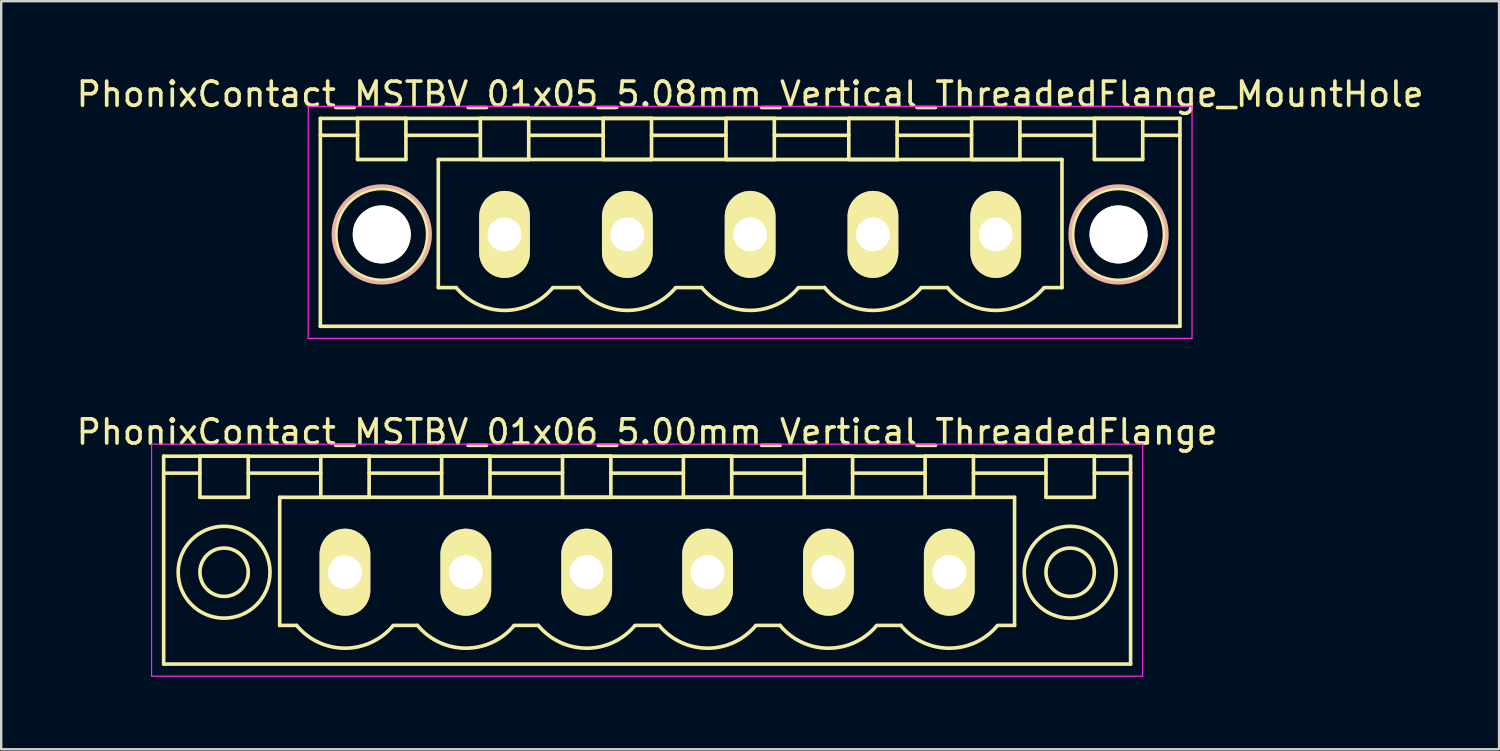
<source format=kicad_pcb>
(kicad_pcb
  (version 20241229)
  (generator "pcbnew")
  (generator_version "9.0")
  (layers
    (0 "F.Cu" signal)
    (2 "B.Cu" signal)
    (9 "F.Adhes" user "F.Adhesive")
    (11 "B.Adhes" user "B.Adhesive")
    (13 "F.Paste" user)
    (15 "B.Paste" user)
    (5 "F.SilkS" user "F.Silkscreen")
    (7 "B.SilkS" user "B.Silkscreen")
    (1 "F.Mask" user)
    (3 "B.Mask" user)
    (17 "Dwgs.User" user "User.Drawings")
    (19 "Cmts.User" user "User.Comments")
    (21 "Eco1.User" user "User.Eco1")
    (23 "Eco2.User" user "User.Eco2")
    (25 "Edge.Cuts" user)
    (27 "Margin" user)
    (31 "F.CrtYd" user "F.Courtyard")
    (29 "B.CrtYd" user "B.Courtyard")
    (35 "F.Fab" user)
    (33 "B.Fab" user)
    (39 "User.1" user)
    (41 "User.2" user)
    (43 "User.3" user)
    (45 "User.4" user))
  (footprint "PhonixContact_MSTBV_01x06_5.00mm_Vertical_ThreadedFlange"
    (layer "F.Cu")
    (at 11.22 20.622)
    (property "Reference" "PhonixContact_MSTBV_01x06_5.00mm_Vertical_ThreadedFlange" (at 12.5 -5.8 0) (layer "F.SilkS") (effects (font (size 1 1) (thickness 0.15))))
    (attr through_hole)
    (fp_line (start -7.5 -4.8) (end -7.5 3.8) (stroke (width 0.15) (type solid)) (layer "F.SilkS"))
    (fp_line (start -7.5 -4.1) (end -6 -4.1) (stroke (width 0.15) (type solid)) (layer "F.SilkS"))
    (fp_line (start -7.5 3.8) (end 32.5 3.8) (stroke (width 0.15) (type solid)) (layer "F.SilkS"))
    (fp_line (start -6 -4.8) (end -4 -4.8) (stroke (width 0.15) (type solid)) (layer "F.SilkS"))
    (fp_line (start -6 -3.1) (end -6 -4.8) (stroke (width 0.15) (type solid)) (layer "F.SilkS"))
    (fp_line (start -4 -4.8) (end -4 -3.1) (stroke (width 0.15) (type solid)) (layer "F.SilkS"))
    (fp_line (start -4 -4.1) (end -1 -4.1) (stroke (width 0.15) (type solid)) (layer "F.SilkS"))
    (fp_line (start -4 -3.1) (end -6 -3.1) (stroke (width 0.15) (type solid)) (layer "F.SilkS"))
    (fp_line (start -2.7 -3.1) (end 27.7 -3.1) (stroke (width 0.15) (type solid)) (layer "F.SilkS"))
    (fp_line (start -2.7 2.2) (end -2.7 -3.1) (stroke (width 0.15) (type solid)) (layer "F.SilkS"))
    (fp_line (start -2 2.2) (end -2.7 2.2) (stroke (width 0.15) (type solid)) (layer "F.SilkS"))
    (fp_line (start -1 -4.8) (end 1 -4.8) (stroke (width 0.15) (type solid)) (layer "F.SilkS"))
    (fp_line (start -1 -3.1) (end -1 -4.8) (stroke (width 0.15) (type solid)) (layer "F.SilkS"))
    (fp_line (start 1 -4.8) (end 1 -3.1) (stroke (width 0.15) (type solid)) (layer "F.SilkS"))
    (fp_line (start 1 -4.1) (end 4 -4.1) (stroke (width 0.15) (type solid)) (layer "F.SilkS"))
    (fp_line (start 1 -3.1) (end -1 -3.1) (stroke (width 0.15) (type solid)) (layer "F.SilkS"))
    (fp_line (start 2 2.2) (end 3 2.2) (stroke (width 0.15) (type solid)) (layer "F.SilkS"))
    (fp_line (start 4 -4.8) (end 6 -4.8) (stroke (width 0.15) (type solid)) (layer "F.SilkS"))
    (fp_line (start 4 -3.1) (end 4 -4.8) (stroke (width 0.15) (type solid)) (layer "F.SilkS"))
    (fp_line (start 6 -4.8) (end 6 -3.1) (stroke (width 0.15) (type solid)) (layer "F.SilkS"))
    (fp_line (start 6 -4.1) (end 9 -4.1) (stroke (width 0.15) (type solid)) (layer "F.SilkS"))
    (fp_line (start 6 -3.1) (end 4 -3.1) (stroke (width 0.15) (type solid)) (layer "F.SilkS"))
    (fp_line (start 7 2.2) (end 8 2.2) (stroke (width 0.15) (type solid)) (layer "F.SilkS"))
    (fp_line (start 9 -4.8) (end 11 -4.8) (stroke (width 0.15) (type solid)) (layer "F.SilkS"))
    (fp_line (start 9 -3.1) (end 9 -4.8) (stroke (width 0.15) (type solid)) (layer "F.SilkS"))
    (fp_line (start 11 -4.8) (end 11 -3.1) (stroke (width 0.15) (type solid)) (layer "F.SilkS"))
    (fp_line (start 11 -4.1) (end 14 -4.1) (stroke (width 0.15) (type solid)) (layer "F.SilkS"))
    (fp_line (start 11 -3.1) (end 9 -3.1) (stroke (width 0.15) (type solid)) (layer "F.SilkS"))
    (fp_line (start 12 2.2) (end 13 2.2) (stroke (width 0.15) (type solid)) (layer "F.SilkS"))
    (fp_line (start 14 -4.8) (end 16 -4.8) (stroke (width 0.15) (type solid)) (layer "F.SilkS"))
    (fp_line (start 14 -3.1) (end 14 -4.8) (stroke (width 0.15) (type solid)) (layer "F.SilkS"))
    (fp_line (start 16 -4.8) (end 16 -3.1) (stroke (width 0.15) (type solid)) (layer "F.SilkS"))
    (fp_line (start 16 -4.1) (end 19 -4.1) (stroke (width 0.15) (type solid)) (layer "F.SilkS"))
    (fp_line (start 16 -3.1) (end 14 -3.1) (stroke (width 0.15) (type solid)) (layer "F.SilkS"))
    (fp_line (start 17 2.2) (end 18 2.2) (stroke (width 0.15) (type solid)) (layer "F.SilkS"))
    (fp_line (start 19 -4.8) (end 21 -4.8) (stroke (width 0.15) (type solid)) (layer "F.SilkS"))
    (fp_line (start 19 -3.1) (end 19 -4.8) (stroke (width 0.15) (type solid)) (layer "F.SilkS"))
    (fp_line (start 21 -4.8) (end 21 -3.1) (stroke (width 0.15) (type solid)) (layer "F.SilkS"))
    (fp_line (start 21 -4.1) (end 24 -4.1) (stroke (width 0.15) (type solid)) (layer "F.SilkS"))
    (fp_line (start 21 -3.1) (end 19 -3.1) (stroke (width 0.15) (type solid)) (layer "F.SilkS"))
    (fp_line (start 22 2.2) (end 23 2.2) (stroke (width 0.15) (type solid)) (layer "F.SilkS"))
    (fp_line (start 24 -4.8) (end 26 -4.8) (stroke (width 0.15) (type solid)) (layer "F.SilkS"))
    (fp_line (start 24 -3.1) (end 24 -4.8) (stroke (width 0.15) (type solid)) (layer "F.SilkS"))
    (fp_line (start 26 -4.8) (end 26 -3.1) (stroke (width 0.15) (type solid)) (layer "F.SilkS"))
    (fp_line (start 26 -4.1) (end 29 -4.1) (stroke (width 0.15) (type solid)) (layer "F.SilkS"))
    (fp_line (start 26 -3.1) (end 24 -3.1) (stroke (width 0.15) (type solid)) (layer "F.SilkS"))
    (fp_line (start 27.7 -3.1) (end 27.7 2.2) (stroke (width 0.15) (type solid)) (layer "F.SilkS"))
    (fp_line (start 27.7 2.2) (end 27 2.2) (stroke (width 0.15) (type solid)) (layer "F.SilkS"))
    (fp_line (start 29 -4.8) (end 31 -4.8) (stroke (width 0.15) (type solid)) (layer "F.SilkS"))
    (fp_line (start 29 -3.1) (end 29 -4.8) (stroke (width 0.15) (type solid)) (layer "F.SilkS"))
    (fp_line (start 31 -4.8) (end 31 -3.1) (stroke (width 0.15) (type solid)) (layer "F.SilkS"))
    (fp_line (start 31 -3.1) (end 29 -3.1) (stroke (width 0.15) (type solid)) (layer "F.SilkS"))
    (fp_line (start 32.5 -4.8) (end -7.5 -4.8) (stroke (width 0.15) (type solid)) (layer "F.SilkS"))
    (fp_line (start 32.5 -4.1) (end 31 -4.1) (stroke (width 0.15) (type solid)) (layer "F.SilkS"))
    (fp_line (start 32.5 3.8) (end 32.5 -4.8) (stroke (width 0.15) (type solid)) (layer "F.SilkS"))
    (fp_arc (start 1.986842 2.215821) (mid -0.010289 3.142758) (end -2 2.2) (stroke (width 0.15) (type solid)) (layer "F.SilkS"))
    (fp_arc (start 6.986842 2.215821) (mid 4.989711 3.142758) (end 3 2.2) (stroke (width 0.15) (type solid)) (layer "F.SilkS"))
    (fp_arc (start 11.986842 2.215821) (mid 9.989711 3.142758) (end 8 2.2) (stroke (width 0.15) (type solid)) (layer "F.SilkS"))
    (fp_arc (start 16.986842 2.215821) (mid 14.989711 3.142758) (end 13 2.2) (stroke (width 0.15) (type solid)) (layer "F.SilkS"))
    (fp_arc (start 21.986842 2.215821) (mid 19.989711 3.142758) (end 18 2.2) (stroke (width 0.15) (type solid)) (layer "F.SilkS"))
    (fp_arc (start 26.986842 2.215821) (mid 24.989711 3.142758) (end 23 2.2) (stroke (width 0.15) (type solid)) (layer "F.SilkS"))
    (fp_circle (center -5 0) (end -4 0) (stroke (width 0.15) (type solid)) (fill no) (layer "F.SilkS"))
    (fp_circle (center -5 0) (end -3.1 0) (stroke (width 0.15) (type solid)) (fill no) (layer "F.SilkS"))
    (fp_circle (center 30 0) (end 31 0) (stroke (width 0.15) (type solid)) (fill no) (layer "F.SilkS"))
    (fp_circle (center 30 0) (end 31.9 0) (stroke (width 0.15) (type solid)) (fill no) (layer "F.SilkS"))
    (fp_line (start -8 -5.3) (end -8 4.3) (stroke (width 0.05) (type solid)) (layer "F.CrtYd"))
    (fp_line (start -8 4.3) (end 33 4.3) (stroke (width 0.05) (type solid)) (layer "F.CrtYd"))
    (fp_line (start 33 -5.3) (end -8 -5.3) (stroke (width 0.05) (type solid)) (layer "F.CrtYd"))
    (fp_line (start 33 4.3) (end 33 -5.3) (stroke (width 0.05) (type solid)) (layer "F.CrtYd"))
    (pad "1" thru_hole oval (at 0 0) (size 2.1 3.6) (drill 1.4) (layers "*.Cu" "*.Mask" "F.SilkS"))
    (pad "2" thru_hole oval (at 5 0) (size 2.1 3.6) (drill 1.4) (layers "*.Cu" "*.Mask" "F.SilkS"))
    (pad "3" thru_hole oval (at 10 0) (size 2.1 3.6) (drill 1.4) (layers "*.Cu" "*.Mask" "F.SilkS"))
    (pad "4" thru_hole oval (at 15 0) (size 2.1 3.6) (drill 1.4) (layers "*.Cu" "*.Mask" "F.SilkS"))
    (pad "5" thru_hole oval (at 20 0) (size 2.1 3.6) (drill 1.4) (layers "*.Cu" "*.Mask" "F.SilkS"))
    (pad "6" thru_hole oval (at 25 0) (size 2.1 3.6) (drill 1.4) (layers "*.Cu" "*.Mask" "F.SilkS")))
  (footprint "PhonixContact_MSTBV_01x05_5.08mm_Vertical_ThreadedFlange_MountHole"
    (layer "F.Cu")
    (at 17.822 6.648)
    (property "Reference" "PhonixContact_MSTBV_01x05_5.08mm_Vertical_ThreadedFlange_MountHole" (at 10.16 -5.8 0) (layer "F.SilkS") (effects (font (size 1 1) (thickness 0.15))))
    (attr through_hole)
    (fp_line (start -7.62 -4.8) (end -7.62 3.8) (stroke (width 0.15) (type solid)) (layer "F.SilkS"))
    (fp_line (start -7.62 -4.1) (end -6.08 -4.1) (stroke (width 0.15) (type solid)) (layer "F.SilkS"))
    (fp_line (start -7.62 3.8) (end 27.94 3.8) (stroke (width 0.15) (type solid)) (layer "F.SilkS"))
    (fp_line (start -6.08 -4.8) (end -4.08 -4.8) (stroke (width 0.15) (type solid)) (layer "F.SilkS"))
    (fp_line (start -6.08 -3.1) (end -6.08 -4.8) (stroke (width 0.15) (type solid)) (layer "F.SilkS"))
    (fp_line (start -4.08 -4.8) (end -4.08 -3.1) (stroke (width 0.15) (type solid)) (layer "F.SilkS"))
    (fp_line (start -4.08 -4.1) (end -1 -4.1) (stroke (width 0.15) (type solid)) (layer "F.SilkS"))
    (fp_line (start -4.08 -3.1) (end -6.08 -3.1) (stroke (width 0.15) (type solid)) (layer "F.SilkS"))
    (fp_line (start -2.74 -3.1) (end 23.06 -3.1) (stroke (width 0.15) (type solid)) (layer "F.SilkS"))
    (fp_line (start -2.74 2.2) (end -2.74 -3.1) (stroke (width 0.15) (type solid)) (layer "F.SilkS"))
    (fp_line (start -2 2.2) (end -2.74 2.2) (stroke (width 0.15) (type solid)) (layer "F.SilkS"))
    (fp_line (start -1 -4.8) (end 1 -4.8) (stroke (width 0.15) (type solid)) (layer "F.SilkS"))
    (fp_line (start -1 -3.1) (end -1 -4.8) (stroke (width 0.15) (type solid)) (layer "F.SilkS"))
    (fp_line (start 1 -4.8) (end 1 -3.1) (stroke (width 0.15) (type solid)) (layer "F.SilkS"))
    (fp_line (start 1 -4.1) (end 4.08 -4.1) (stroke (width 0.15) (type solid)) (layer "F.SilkS"))
    (fp_line (start 1 -3.1) (end -1 -3.1) (stroke (width 0.15) (type solid)) (layer "F.SilkS"))
    (fp_line (start 2 2.2) (end 3.08 2.2) (stroke (width 0.15) (type solid)) (layer "F.SilkS"))
    (fp_line (start 4.08 -4.8) (end 6.08 -4.8) (stroke (width 0.15) (type solid)) (layer "F.SilkS"))
    (fp_line (start 4.08 -3.1) (end 4.08 -4.8) (stroke (width 0.15) (type solid)) (layer "F.SilkS"))
    (fp_line (start 6.08 -4.8) (end 6.08 -3.1) (stroke (width 0.15) (type solid)) (layer "F.SilkS"))
    (fp_line (start 6.08 -4.1) (end 9.16 -4.1) (stroke (width 0.15) (type solid)) (layer "F.SilkS"))
    (fp_line (start 6.08 -3.1) (end 4.08 -3.1) (stroke (width 0.15) (type solid)) (layer "F.SilkS"))
    (fp_line (start 7.08 2.2) (end 8.16 2.2) (stroke (width 0.15) (type solid)) (layer "F.SilkS"))
    (fp_line (start 9.16 -4.8) (end 11.16 -4.8) (stroke (width 0.15) (type solid)) (layer "F.SilkS"))
    (fp_line (start 9.16 -3.1) (end 9.16 -4.8) (stroke (width 0.15) (type solid)) (layer "F.SilkS"))
    (fp_line (start 11.16 -4.8) (end 11.16 -3.1) (stroke (width 0.15) (type solid)) (layer "F.SilkS"))
    (fp_line (start 11.16 -4.1) (end 14.24 -4.1) (stroke (width 0.15) (type solid)) (layer "F.SilkS"))
    (fp_line (start 11.16 -3.1) (end 9.16 -3.1) (stroke (width 0.15) (type solid)) (layer "F.SilkS"))
    (fp_line (start 12.16 2.2) (end 13.24 2.2) (stroke (width 0.15) (type solid)) (layer "F.SilkS"))
    (fp_line (start 14.24 -4.8) (end 16.24 -4.8) (stroke (width 0.15) (type solid)) (layer "F.SilkS"))
    (fp_line (start 14.24 -3.1) (end 14.24 -4.8) (stroke (width 0.15) (type solid)) (layer "F.SilkS"))
    (fp_line (start 16.24 -4.8) (end 16.24 -3.1) (stroke (width 0.15) (type solid)) (layer "F.SilkS"))
    (fp_line (start 16.24 -4.1) (end 19.32 -4.1) (stroke (width 0.15) (type solid)) (layer "F.SilkS"))
    (fp_line (start 16.24 -3.1) (end 14.24 -3.1) (stroke (width 0.15) (type solid)) (layer "F.SilkS"))
    (fp_line (start 17.24 2.2) (end 18.32 2.2) (stroke (width 0.15) (type solid)) (layer "F.SilkS"))
    (fp_line (start 19.32 -4.8) (end 21.32 -4.8) (stroke (width 0.15) (type solid)) (layer "F.SilkS"))
    (fp_line (start 19.32 -3.1) (end 19.32 -4.8) (stroke (width 0.15) (type solid)) (layer "F.SilkS"))
    (fp_line (start 21.32 -4.8) (end 21.32 -3.1) (stroke (width 0.15) (type solid)) (layer "F.SilkS"))
    (fp_line (start 21.32 -4.1) (end 24.4 -4.1) (stroke (width 0.15) (type solid)) (layer "F.SilkS"))
    (fp_line (start 21.32 -3.1) (end 19.32 -3.1) (stroke (width 0.15) (type solid)) (layer "F.SilkS"))
    (fp_line (start 23.06 -3.1) (end 23.06 2.2) (stroke (width 0.15) (type solid)) (layer "F.SilkS"))
    (fp_line (start 23.06 2.2) (end 22.32 2.2) (stroke (width 0.15) (type solid)) (layer "F.SilkS"))
    (fp_line (start 24.4 -4.8) (end 26.4 -4.8) (stroke (width 0.15) (type solid)) (layer "F.SilkS"))
    (fp_line (start 24.4 -3.1) (end 24.4 -4.8) (stroke (width 0.15) (type solid)) (layer "F.SilkS"))
    (fp_line (start 26.4 -4.8) (end 26.4 -3.1) (stroke (width 0.15) (type solid)) (layer "F.SilkS"))
    (fp_line (start 26.4 -3.1) (end 24.4 -3.1) (stroke (width 0.15) (type solid)) (layer "F.SilkS"))
    (fp_line (start 27.94 -4.8) (end -7.62 -4.8) (stroke (width 0.15) (type solid)) (layer "F.SilkS"))
    (fp_line (start 27.94 -4.1) (end 26.4 -4.1) (stroke (width 0.15) (type solid)) (layer "F.SilkS"))
    (fp_line (start 27.94 3.8) (end 27.94 -4.8) (stroke (width 0.15) (type solid)) (layer "F.SilkS"))
    (fp_arc (start 1.986842 2.215821) (mid -0.010289 3.142758) (end -2 2.2) (stroke (width 0.15) (type solid)) (layer "F.SilkS"))
    (fp_arc (start 7.066842 2.215821) (mid 5.069711 3.142758) (end 3.08 2.2) (stroke (width 0.15) (type solid)) (layer "F.SilkS"))
    (fp_arc (start 12.146842 2.215821) (mid 10.149711 3.142758) (end 8.16 2.2) (stroke (width 0.15) (type solid)) (layer "F.SilkS"))
    (fp_arc (start 17.226842 2.215821) (mid 15.229711 3.142758) (end 13.24 2.2) (stroke (width 0.15) (type solid)) (layer "F.SilkS"))
    (fp_arc (start 22.306842 2.215821) (mid 20.309711 3.142758) (end 18.32 2.2) (stroke (width 0.15) (type solid)) (layer "F.SilkS"))
    (fp_circle (center -5.08 0) (end -4.08 0) (stroke (width 0.15) (type solid)) (fill no) (layer "F.SilkS"))
    (fp_circle (center -5.08 0) (end -3.18 0) (stroke (width 0.15) (type solid)) (fill no) (layer "F.SilkS"))
    (fp_circle (center 25.4 0) (end 26.4 0) (stroke (width 0.15) (type solid)) (fill no) (layer "F.SilkS"))
    (fp_circle (center 25.4 0) (end 27.3 0) (stroke (width 0.15) (type solid)) (fill no) (layer "F.SilkS"))
    (fp_circle (center -5.08 0) (end -3.08 0) (stroke (width 0.15) (type solid)) (fill no) (layer "B.SilkS"))
    (fp_circle (center 25.4 0) (end 27.4 0) (stroke (width 0.15) (type solid)) (fill no) (layer "B.SilkS"))
    (fp_line (start -8.12 -5.3) (end -8.12 4.3) (stroke (width 0.05) (type solid)) (layer "F.CrtYd"))
    (fp_line (start -8.12 4.3) (end 28.44 4.3) (stroke (width 0.05) (type solid)) (layer "F.CrtYd"))
    (fp_line (start 28.44 -5.3) (end -8.12 -5.3) (stroke (width 0.05) (type solid)) (layer "F.CrtYd"))
    (fp_line (start 28.44 4.3) (end 28.44 -5.3) (stroke (width 0.05) (type solid)) (layer "F.CrtYd"))
    (pad "" np_thru_hole circle (at -5.08 0) (size 2.4 2.4) (drill 2.4) (layers "*.Cu" "*.Mask" "F.SilkS"))
    (pad "" np_thru_hole circle (at 25.4 0) (size 2.4 2.4) (drill 2.4) (layers "*.Cu" "*.Mask" "F.SilkS"))
    (pad "1" thru_hole oval (at 0 0) (size 2.1 3.6) (drill 1.4) (layers "*.Cu" "*.Mask" "F.SilkS"))
    (pad "2" thru_hole oval (at 5.08 0) (size 2.1 3.6) (drill 1.4) (layers "*.Cu" "*.Mask" "F.SilkS"))
    (pad "3" thru_hole oval (at 10.16 0) (size 2.1 3.6) (drill 1.4) (layers "*.Cu" "*.Mask" "F.SilkS"))
    (pad "4" thru_hole oval (at 15.24 0) (size 2.1 3.6) (drill 1.4) (layers "*.Cu" "*.Mask" "F.SilkS"))
    (pad "5" thru_hole oval (at 20.32 0) (size 2.1 3.6) (drill 1.4) (layers "*.Cu" "*.Mask" "F.SilkS")))
  (gr_rect
    (start -3 -3)
    (end 58.964 27.947)
    (stroke (width 0.1) (type default))
    (fill no)
    (layer "Edge.Cuts")))
</source>
